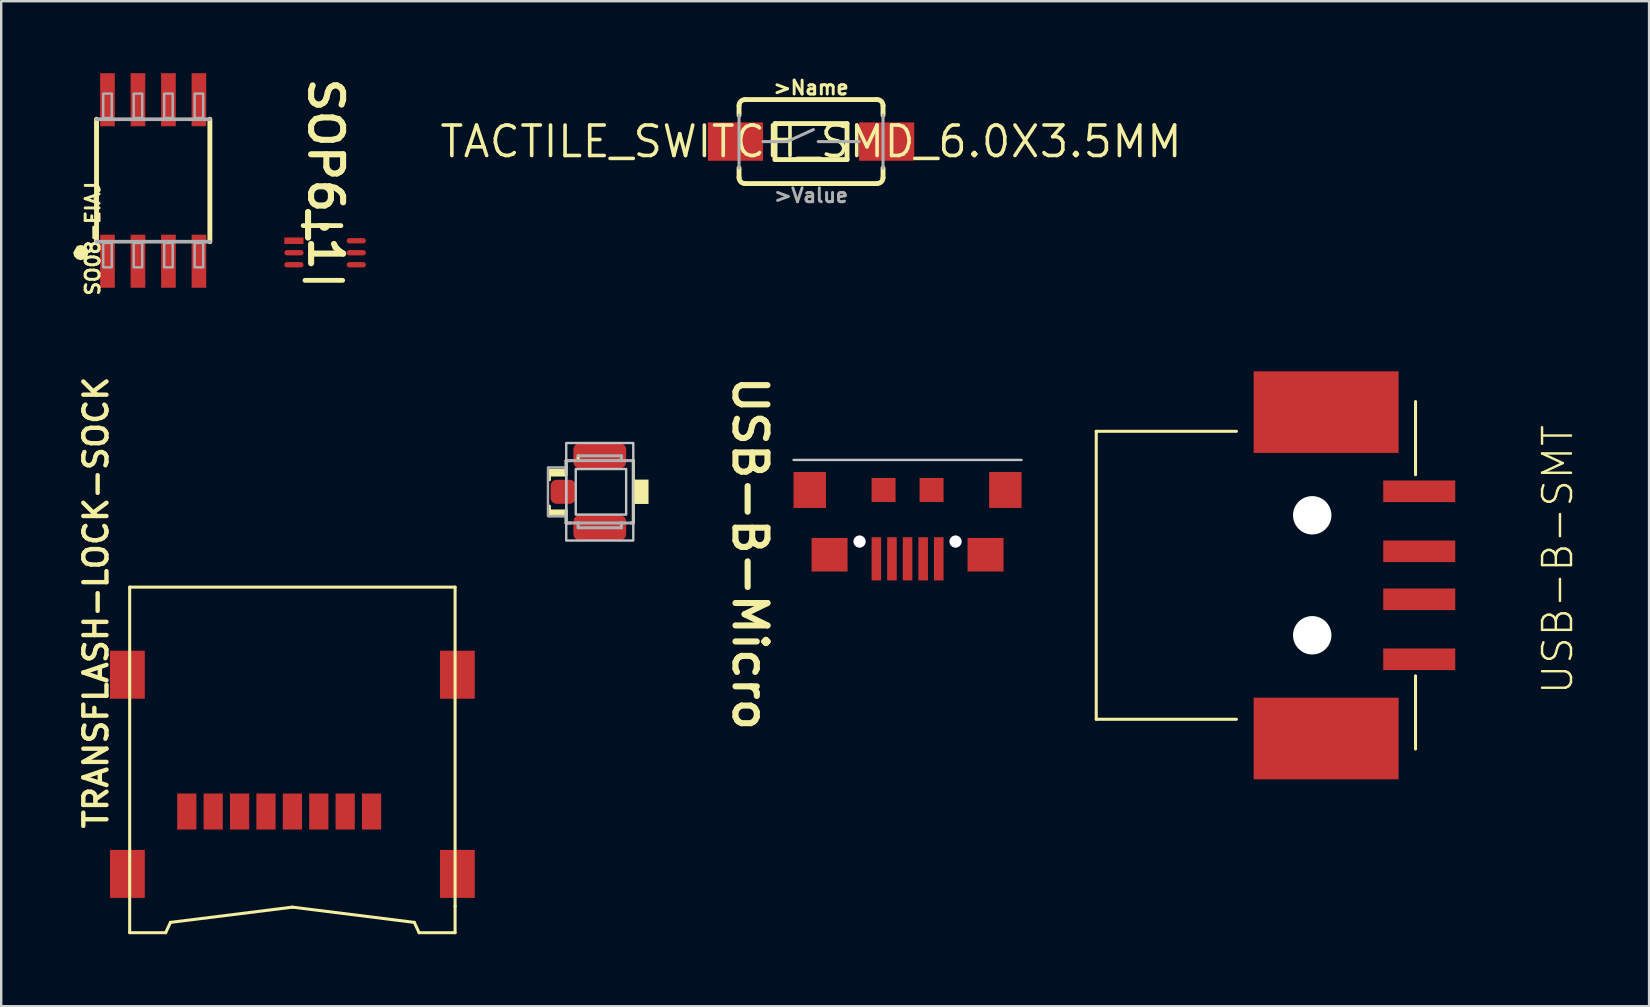
<source format=kicad_pcb>
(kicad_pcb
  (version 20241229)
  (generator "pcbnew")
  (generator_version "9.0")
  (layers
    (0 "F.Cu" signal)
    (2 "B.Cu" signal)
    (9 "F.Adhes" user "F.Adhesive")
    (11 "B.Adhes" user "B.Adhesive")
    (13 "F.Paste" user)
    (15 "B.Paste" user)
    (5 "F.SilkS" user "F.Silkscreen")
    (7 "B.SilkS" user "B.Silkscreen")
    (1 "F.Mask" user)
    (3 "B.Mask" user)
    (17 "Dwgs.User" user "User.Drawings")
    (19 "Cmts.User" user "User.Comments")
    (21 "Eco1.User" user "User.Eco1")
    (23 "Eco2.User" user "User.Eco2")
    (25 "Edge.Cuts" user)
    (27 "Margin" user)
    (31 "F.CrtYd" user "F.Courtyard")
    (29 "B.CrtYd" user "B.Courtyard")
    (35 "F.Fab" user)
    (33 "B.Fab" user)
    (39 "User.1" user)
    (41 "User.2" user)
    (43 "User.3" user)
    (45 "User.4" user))
  (footprint "SOP6_1"
    (layer "F.Cu")
    (at 9.197 6.982)
    (property "Reference" "SOP6_1" (at 1.321 -2.769 270) (unlocked yes) (layer "F.SilkS") (effects (font (size 1.333 1.402) (thickness 0.254))))
    (attr smd)
    (fp_line (start 0.388 -0.631) (end 1.298 -0.631) (stroke (width 0.2) (type solid)) (layer "F.SilkS"))
    (fp_line (start 0.462 1.651) (end 2.032 1.651) (stroke (width 0.2) (type solid)) (layer "F.SilkS"))
    (fp_line (start 1.048 -0.631) (end 1.958 -0.631) (stroke (width 0.2) (type solid)) (layer "F.SilkS"))
    (fp_arc (start 1.397 -0.635) (mid 1.272 -0.51) (end 1.147 -0.635) (stroke (width 0.2) (type solid)) (layer "F.SilkS"))
    (pad "1" smd rect (at 0 0) (size 0.8 0.27) (layers "F.Cu" "F.Mask" "F.Paste"))
    (pad "2" smd oval (at 0 0.5) (size 0.8 0.22) (layers "F.Cu" "F.Mask" "F.Paste"))
    (pad "3" smd oval (at 0 1) (size 0.8 0.22) (layers "F.Cu" "F.Mask" "F.Paste"))
    (pad "4" smd oval (at 2.6 1) (size 0.8 0.22) (layers "F.Cu" "F.Mask" "F.Paste"))
    (pad "5" smd oval (at 2.6 0.5) (size 0.8 0.22) (layers "F.Cu" "F.Mask" "F.Paste"))
    (pad "6" smd oval (at 2.6 0) (size 0.8 0.22) (layers "F.Cu" "F.Mask" "F.Paste")))
  (footprint "USB-B-SMT"
    (layer "F.Cu")
    (at 51.632 20.923)
    (property "Reference" "USB-B-SMT" (at 9.525 -6.35 90) (layer "F.SilkS") (effects (font (size 1.206 1.206) (thickness 0.102)) (justify right top)))
    (attr through_hole)
    (fp_line (start -9 -6) (end -9 6) (stroke (width 0.127) (type solid)) (layer "F.SilkS"))
    (fp_line (start -9 6) (end -3.159 6) (stroke (width 0.127) (type solid)) (layer "F.SilkS"))
    (fp_line (start -3.159 -6) (end -9 -6) (stroke (width 0.127) (type solid)) (layer "F.SilkS"))
    (fp_line (start 4.305 -7.239) (end 4.305 -4.191) (stroke (width 0.127) (type solid)) (layer "F.SilkS"))
    (fp_line (start 4.305 7.239) (end 4.305 4.191) (stroke (width 0.127) (type solid)) (layer "F.SilkS"))
    (pad "" np_thru_hole circle (at 0 -2.5) (size 1.6 1.6) (drill 1.6) (layers "*.Cu" "*.Mask"))
    (pad "" np_thru_hole circle (at 0 2.5) (size 1.6 1.6) (drill 1.6) (layers "*.Cu" "*.Mask"))
    (pad "5" smd rect (at 0.58 -6.8) (size 6.04 3.4) (layers "F.Cu" "F.Mask" "F.Paste"))
    (pad "6" smd rect (at 0.58 6.8) (size 6.04 3.4) (layers "F.Cu" "F.Mask" "F.Paste"))
    (pad "D+" smd rect (at 4.46 1) (size 3 0.9) (layers "F.Cu" "F.Mask" "F.Paste"))
    (pad "D-" smd rect (at 4.46 -1) (size 3 0.9) (layers "F.Cu" "F.Mask" "F.Paste"))
    (pad "GND" smd rect (at 4.46 3.5) (size 3 0.9) (layers "F.Cu" "F.Mask" "F.Paste"))
    (pad "VBUS" smd rect (at 4.46 -3.5) (size 3 0.9) (layers "F.Cu" "F.Mask" "F.Paste")))
  (footprint "USB-B-Micro"
    (layer "F.Cu")
    (at 34.769 17.367)
    (property "Reference" "USB-B-Micro" (at -6.568 2.642 270) (unlocked yes) (layer "F.SilkS") (effects (font (size 1.333 1.402) (thickness 0.254))))
    (attr smd)
    (fp_line (start 4.75 -1.25) (end -4.75 -1.25) (stroke (width 0.1) (type solid)) (layer "Dwgs.User"))
    (pad "1" smd rect (at 1.3 2.87) (size 0.4 1.8) (layers "F.Cu" "F.Mask" "F.Paste"))
    (pad "2" smd rect (at 0.65 2.87) (size 0.4 1.8) (layers "F.Cu" "F.Mask" "F.Paste"))
    (pad "3" smd rect (at 0 2.87) (size 0.4 1.8) (layers "F.Cu" "F.Mask" "F.Paste"))
    (pad "4" smd rect (at -0.65 2.87) (size 0.4 1.8) (layers "F.Cu" "F.Mask" "F.Paste"))
    (pad "5" smd rect (at -4.075 0) (size 1.35 1.5) (layers "F.Cu" "F.Mask" "F.Paste"))
    (pad "5" smd rect (at -3.25 2.7) (size 1.5 1.4) (layers "F.Cu" "F.Mask" "F.Paste"))
    (pad "5" smd rect (at -1.3 2.87) (size 0.4 1.8) (layers "F.Cu" "F.Mask" "F.Paste"))
    (pad "5" smd rect (at -1 0) (size 1 1) (layers "F.Cu" "F.Mask" "F.Paste"))
    (pad "5" smd rect (at 1 0) (size 1 1) (layers "F.Cu" "F.Mask" "F.Paste"))
    (pad "5" smd rect (at 3.25 2.7) (size 1.5 1.4) (layers "F.Cu" "F.Mask" "F.Paste"))
    (pad "5" smd rect (at 4.075 0) (size 1.35 1.5) (layers "F.Cu" "F.Mask" "F.Paste"))
    (pad "6" thru_hole circle (at -2 2.15) (size 0.5 0.5) (drill 0.5) (layers "*.Cu" "*.Mask"))
    (pad "6" thru_hole circle (at 2 2.15) (size 0.5 0.5) (drill 0.5) (layers "*.Cu" "*.Mask")))
  (footprint "TACTILE_SWITCH_SMD_6.0X3.5MM"
    (layer "F.Cu")
    (at 30.747 2.85)
    (property "Reference" "TACTILE_SWITCH_SMD_6.0X3.5MM" (at 0 0 0) (layer "F.SilkS") (effects (font (size 1.27 1.27) (thickness 0.15))))
    (attr through_hole)
    (fp_line (start -3 -1.1) (end -3 -1.5) (stroke (width 0.203) (type solid)) (layer "F.SilkS"))
    (fp_line (start -3 1.5) (end -3 1.1) (stroke (width 0.203) (type solid)) (layer "F.SilkS"))
    (fp_line (start -2.75 -1.75) (end 2.75 -1.75) (stroke (width 0.203) (type solid)) (layer "F.SilkS"))
    (fp_line (start -1.5 -0.75) (end 1.5 -0.75) (stroke (width 0.203) (type solid)) (layer "F.SilkS"))
    (fp_line (start -1.5 0.75) (end -1.5 -0.75) (stroke (width 0.203) (type solid)) (layer "F.SilkS"))
    (fp_line (start 1.5 0.75) (end -1.5 0.75) (stroke (width 0.203) (type solid)) (layer "F.SilkS"))
    (fp_line (start 1.5 0.75) (end 1.5 -0.75) (stroke (width 0.203) (type solid)) (layer "F.SilkS"))
    (fp_line (start 2.75 1.75) (end -2.75 1.75) (stroke (width 0.203) (type solid)) (layer "F.SilkS"))
    (fp_line (start 3 -1.1) (end 3 -1.5) (stroke (width 0.203) (type solid)) (layer "F.SilkS"))
    (fp_line (start 3 1.5) (end 3 1.1) (stroke (width 0.203) (type solid)) (layer "F.SilkS"))
    (fp_arc (start -3 -1.5) (mid -2.926777 -1.676777) (end -2.75 -1.75) (stroke (width 0.2032) (type solid)) (layer "F.SilkS"))
    (fp_arc (start -2.75 1.75) (mid -2.926777 1.676777) (end -3 1.5) (stroke (width 0.2032) (type solid)) (layer "F.SilkS"))
    (fp_arc (start 2.75 -1.75) (mid 2.926777 -1.676777) (end 3 -1.5) (stroke (width 0.2032) (type solid)) (layer "F.SilkS"))
    (fp_arc (start 3 1.5) (mid 2.926777 1.676777) (end 2.75 1.75) (stroke (width 0.2032) (type solid)) (layer "F.SilkS"))
    (fp_line (start -3 -1.1) (end -3 1.1) (stroke (width 0.127) (type solid)) (layer "F.Fab"))
    (fp_line (start -2 0) (end -1 0) (stroke (width 0.127) (type solid)) (layer "F.Fab"))
    (fp_line (start -1 0) (end 0.1 -0.5) (stroke (width 0.127) (type solid)) (layer "F.Fab"))
    (fp_line (start 0.3 0) (end 2 0) (stroke (width 0.127) (type solid)) (layer "F.Fab"))
    (fp_line (start 3 -1.1) (end 3 1.1) (stroke (width 0.127) (type solid)) (layer "F.Fab"))
    (fp_text user ">Name" (at 0 -1.905 0) (layer "F.SilkS") (effects (font (size 0.579 0.579) (thickness 0.122)) (justify bottom)))
    (fp_text user ">Value" (at 0 1.905 0) (layer "F.Fab") (effects (font (size 0.579 0.579) (thickness 0.122)) (justify top)))
    (pad "1" smd rect (at -3.15 0 180) (size 2.3 1.6) (layers "F.Cu" "F.Mask" "F.Paste"))
    (pad "2" smd rect (at 3.15 0 180) (size 2.3 1.6) (layers "F.Cu" "F.Mask" "F.Paste")))
  (footprint "U-FL3P-SMD-2.6X2.6X1.0MM"
    (layer "F.Cu")
    (at 21.943 17.443)
    (property "Reference" "U-FL3P-SMD-2.6X2.6X1.0MM" (at 0.127 0.508 90) (layer "F.Mask") (effects (font (size 0.241 0.241) (thickness 0.024)) (justify left bottom)))
    (attr through_hole)
    (fp_line (start -2.1 -0.9) (end -2.1 -0.8) (stroke (width 0.127) (type solid)) (layer "F.SilkS"))
    (fp_line (start -2.1 -0.8) (end -2.1 -0.7) (stroke (width 0.127) (type solid)) (layer "F.SilkS"))
    (fp_line (start -2.1 -0.7) (end -2.1 -0.5) (stroke (width 0.127) (type solid)) (layer "F.SilkS"))
    (fp_line (start -2.1 -0.7) (end -1.4 -0.7) (stroke (width 0.127) (type solid)) (layer "F.SilkS"))
    (fp_line (start -2.1 0.6) (end -2.1 0.8) (stroke (width 0.127) (type solid)) (layer "F.SilkS"))
    (fp_line (start -2.1 0.8) (end -2.1 0.9) (stroke (width 0.127) (type solid)) (layer "F.SilkS"))
    (fp_line (start -2.1 0.9) (end -2.1 1) (stroke (width 0.127) (type solid)) (layer "F.SilkS"))
    (fp_line (start -2.1 0.9) (end -1.4 0.9) (stroke (width 0.127) (type solid)) (layer "F.SilkS"))
    (fp_line (start -2.1 1) (end -1.4 1) (stroke (width 0.127) (type solid)) (layer "F.SilkS"))
    (fp_line (start -1.4 -1.3) (end -1.4 -0.9) (stroke (width 0.127) (type solid)) (layer "F.SilkS"))
    (fp_line (start -1.4 -0.9) (end -2.1 -0.9) (stroke (width 0.127) (type solid)) (layer "F.SilkS"))
    (fp_line (start -1.4 -0.9) (end -1.4 -0.8) (stroke (width 0.127) (type solid)) (layer "F.SilkS"))
    (fp_line (start -1.4 -0.8) (end -2.1 -0.8) (stroke (width 0.127) (type solid)) (layer "F.SilkS"))
    (fp_line (start -1.4 0.8) (end -2.1 0.8) (stroke (width 0.127) (type solid)) (layer "F.SilkS"))
    (fp_line (start -1.4 0.9) (end -1.4 0.8) (stroke (width 0.127) (type solid)) (layer "F.SilkS"))
    (fp_line (start -1.4 1) (end -1.4 0.9) (stroke (width 0.127) (type solid)) (layer "F.SilkS"))
    (fp_line (start -1.4 1) (end -1.4 1.3) (stroke (width 0.127) (type solid)) (layer "F.SilkS"))
    (fp_line (start -1.4 1.3) (end -1.2 1.3) (stroke (width 0.127) (type solid)) (layer "F.SilkS"))
    (fp_line (start -1.2 -1.3) (end -1.4 -1.3) (stroke (width 0.127) (type solid)) (layer "F.SilkS"))
    (fp_line (start -0.9 -1.3) (end -0.9 -1.5) (stroke (width 0.127) (type solid)) (layer "F.SilkS"))
    (fp_line (start 1.397 -1.3) (end 1.397 1.3) (stroke (width 0.127) (type solid)) (layer "F.SilkS"))
    (fp_line (start 1.4 -1.3) (end 1.3 -1.3) (stroke (width 0.127) (type solid)) (layer "F.SilkS"))
    (fp_line (start 1.4 1.3) (end 1.3 1.3) (stroke (width 0.127) (type solid)) (layer "F.SilkS"))
    (fp_poly (pts (xy 1.397 0.508) (xy 2.032 0.508) (xy 2.032 -0.508) (xy 1.397 -0.508)) (stroke (width 0) (type solid)) (fill yes) (layer "F.SilkS"))
    (fp_poly (pts (xy -1.397 2.032) (xy 1.397 2.032) (xy 1.397 -2.032) (xy -1.397 -2.032)) (stroke (width 0.1) (type solid)) (fill no) (layer "Dwgs.User"))
    (fp_poly (pts (xy -1 0.95) (xy 1.1 0.95) (xy 1.1 -0.95) (xy -1 -0.95)) (stroke (width 0.1) (type solid)) (fill no) (layer "Dwgs.User"))
    (fp_line (start -1.397 -1.3) (end -1.397 -0.762) (stroke (width 0.127) (type solid)) (layer "F.Fab"))
    (fp_line (start -1.397 -1.3) (end -0.9 -1.3) (stroke (width 0.127) (type solid)) (layer "F.Fab"))
    (fp_line (start -1.397 1.3) (end -1.397 0.762) (stroke (width 0.127) (type solid)) (layer "F.Fab"))
    (fp_line (start -0.9 -1.5) (end 0.9 -1.5) (stroke (width 0.127) (type solid)) (layer "F.Fab"))
    (fp_line (start -0.9 -1.3) (end 0.9 -1.3) (stroke (width 0.127) (type solid)) (layer "F.Fab"))
    (fp_line (start -0.9 1.3) (end -1.397 1.3) (stroke (width 0.127) (type solid)) (layer "F.Fab"))
    (fp_line (start -0.9 1.5) (end -0.9 1.3) (stroke (width 0.127) (type solid)) (layer "F.Fab"))
    (fp_line (start 0.9 -1.5) (end 0.9 -1.3) (stroke (width 0.127) (type solid)) (layer "F.Fab"))
    (fp_line (start 0.9 -1.3) (end 1.397 -1.3) (stroke (width 0.127) (type solid)) (layer "F.Fab"))
    (fp_line (start 0.9 1.3) (end -0.9 1.3) (stroke (width 0.127) (type solid)) (layer "F.Fab"))
    (fp_line (start 0.9 1.3) (end 0.9 1.5) (stroke (width 0.127) (type solid)) (layer "F.Fab"))
    (fp_line (start 0.9 1.5) (end -0.9 1.5) (stroke (width 0.127) (type solid)) (layer "F.Fab"))
    (fp_line (start 1.397 1.3) (end 0.9 1.3) (stroke (width 0.127) (type solid)) (layer "F.Fab"))
    (fp_poly (pts (xy -2.159 1.016) (xy -1.397 1.016) (xy -1.397 -1.016) (xy -2.159 -1.016)) (stroke (width 0.1) (type solid)) (fill no) (layer "F.Fab"))
    (pad "D" smd roundrect (at -1.524 0 180) (size 1.05 1) (layers "F.Cu" "F.Mask" "F.Paste") (roundrect_rratio 0.25))
    (pad "GND1" smd roundrect (at 0 -1.5) (size 2.2 1.05) (layers "F.Cu" "F.Mask" "F.Paste") (roundrect_rratio 0.25))
    (pad "GND2" smd roundrect (at 0 1.5) (size 2.2 1.05) (layers "F.Cu" "F.Mask" "F.Paste") (roundrect_rratio 0.25)))
  (footprint "TRANSFLASH-LOCK-SOCK"
    (layer "F.Cu")
    (at 9.134 30.307)
    (property "Reference" "TRANSFLASH-LOCK-SOCK" (at -7.62 1.27 90) (layer "F.SilkS") (effects (font (size 0.965 0.965) (thickness 0.183)) (justify left bottom)))
    (attr through_hole)
    (fp_line (start -6.78 -8.89) (end 6.78 -8.89) (stroke (width 0.127) (type solid)) (layer "F.SilkS"))
    (fp_line (start -6.78 5.51) (end -6.78 -8.89) (stroke (width 0.127) (type solid)) (layer "F.SilkS"))
    (fp_line (start -6.78 5.51) (end -5.28 5.51) (stroke (width 0.127) (type solid)) (layer "F.SilkS"))
    (fp_line (start -5.08 5.08) (end -5.28 5.51) (stroke (width 0.127) (type solid)) (layer "F.SilkS"))
    (fp_line (start -5.08 5.08) (end 0 4.445) (stroke (width 0.127) (type solid)) (layer "F.SilkS"))
    (fp_line (start 5.08 5.08) (end 0 4.445) (stroke (width 0.127) (type solid)) (layer "F.SilkS"))
    (fp_line (start 5.08 5.08) (end 5.28 5.51) (stroke (width 0.127) (type solid)) (layer "F.SilkS"))
    (fp_line (start 6.78 -8.89) (end 6.78 4.41) (stroke (width 0.127) (type solid)) (layer "F.SilkS"))
    (fp_line (start 6.78 4.41) (end 6.78 5.51) (stroke (width 0.127) (type solid)) (layer "F.SilkS"))
    (fp_line (start 6.78 5.51) (end 5.28 5.51) (stroke (width 0.127) (type solid)) (layer "F.SilkS"))
    (pad "1" smd rect (at 3.3 0.46) (size 0.8 1.5) (layers "F.Cu" "F.Mask" "F.Paste"))
    (pad "2" smd rect (at 2.2 0.46) (size 0.8 1.5) (layers "F.Cu" "F.Mask" "F.Paste"))
    (pad "3" smd rect (at 1.1 0.46) (size 0.8 1.5) (layers "F.Cu" "F.Mask" "F.Paste"))
    (pad "4" smd rect (at 0 0.46) (size 0.8 1.5) (layers "F.Cu" "F.Mask" "F.Paste"))
    (pad "5" smd rect (at -1.1 0.46) (size 0.8 1.5) (layers "F.Cu" "F.Mask" "F.Paste"))
    (pad "6" smd rect (at -2.2 0.46) (size 0.8 1.5) (layers "F.Cu" "F.Mask" "F.Paste"))
    (pad "7" smd rect (at -3.3 0.46) (size 0.8 1.5) (layers "F.Cu" "F.Mask" "F.Paste"))
    (pad "8" smd rect (at -4.4 0.46) (size 0.8 1.5) (layers "F.Cu" "F.Mask" "F.Paste"))
    (pad "S1" smd rect (at -6.875 3.06) (size 1.45 2) (layers "F.Cu" "F.Mask" "F.Paste"))
    (pad "S2" smd rect (at -6.875 -5.24) (size 1.45 2) (layers "F.Cu" "F.Mask" "F.Paste"))
    (pad "S3" smd rect (at 6.875 -5.24) (size 1.45 2) (layers "F.Cu" "F.Mask" "F.Paste"))
    (pad "S4" smd rect (at 6.875 3.06) (size 1.45 2) (layers "F.Cu" "F.Mask" "F.Paste")))
  (footprint "SO08-EIAJ"
    (layer "F.Cu")
    (at 3.334 4.458)
    (property "Reference" "SO08-EIAJ" (at -2.857 0 90) (layer "F.SilkS") (effects (font (size 0.579 0.579) (thickness 0.122)) (justify right top)))
    (attr through_hole)
    (fp_line (start -2.362 -2.54) (end -2.362 2.565) (stroke (width 0.203) (type solid)) (layer "F.SilkS"))
    (fp_line (start 2.362 2.565) (end 2.362 -2.54) (stroke (width 0.203) (type solid)) (layer "F.SilkS"))
    (fp_poly (pts (xy -2.699 3.016) (xy -2.741 2.857) (xy -2.857 2.741) (xy -3.016 2.699) (xy -3.175 2.741) (xy -3.334 3.016) (xy -3.291 3.175) (xy -3.175 3.291) (xy -3.016 3.334) (xy -2.857 3.291) (xy -2.741 3.175)) (stroke (width 0) (type solid)) (fill yes) (layer "F.SilkS"))
    (fp_line (start -2.362 2.565) (end 2.362 2.565) (stroke (width 0.152) (type solid)) (layer "F.Fab"))
    (fp_line (start 2.362 -2.54) (end -2.362 -2.54) (stroke (width 0.152) (type solid)) (layer "F.Fab"))
    (fp_poly (pts (xy -2.083 -2.591) (xy -1.727 -2.591) (xy -1.727 -3.607) (xy -2.083 -3.607)) (stroke (width 0.1) (type solid)) (fill no) (layer "F.Fab"))
    (fp_poly (pts (xy -2.083 3.632) (xy -1.727 3.632) (xy -1.727 2.616) (xy -2.083 2.616)) (stroke (width 0.1) (type solid)) (fill no) (layer "F.Fab"))
    (fp_poly (pts (xy -0.813 -2.591) (xy -0.457 -2.591) (xy -0.457 -3.607) (xy -0.813 -3.607)) (stroke (width 0.1) (type solid)) (fill no) (layer "F.Fab"))
    (fp_poly (pts (xy -0.813 3.632) (xy -0.457 3.632) (xy -0.457 2.616) (xy -0.813 2.616)) (stroke (width 0.1) (type solid)) (fill no) (layer "F.Fab"))
    (fp_poly (pts (xy 0.457 -2.591) (xy 0.813 -2.591) (xy 0.813 -3.607) (xy 0.457 -3.607)) (stroke (width 0.1) (type solid)) (fill no) (layer "F.Fab"))
    (fp_poly (pts (xy 0.457 3.632) (xy 0.813 3.632) (xy 0.813 2.616) (xy 0.457 2.616)) (stroke (width 0.1) (type solid)) (fill no) (layer "F.Fab"))
    (fp_poly (pts (xy 1.727 -2.591) (xy 2.083 -2.591) (xy 2.083 -3.607) (xy 1.727 -3.607)) (stroke (width 0.1) (type solid)) (fill no) (layer "F.Fab"))
    (fp_poly (pts (xy 1.727 3.632) (xy 2.083 3.632) (xy 2.083 2.616) (xy 1.727 2.616)) (stroke (width 0.1) (type solid)) (fill no) (layer "F.Fab"))
    (pad "1" smd rect (at -1.905 3.378) (size 0.61 2.21) (layers "F.Cu" "F.Mask" "F.Paste"))
    (pad "2" smd rect (at -0.635 3.378) (size 0.61 2.21) (layers "F.Cu" "F.Mask" "F.Paste"))
    (pad "3" smd rect (at 0.635 3.378) (size 0.61 2.21) (layers "F.Cu" "F.Mask" "F.Paste"))
    (pad "4" smd rect (at 1.905 3.378) (size 0.61 2.21) (layers "F.Cu" "F.Mask" "F.Paste"))
    (pad "5" smd rect (at 1.905 -3.353) (size 0.61 2.21) (layers "F.Cu" "F.Mask" "F.Paste"))
    (pad "6" smd rect (at 0.635 -3.353) (size 0.61 2.21) (layers "F.Cu" "F.Mask" "F.Paste"))
    (pad "7" smd rect (at -0.635 -3.353) (size 0.61 2.21) (layers "F.Cu" "F.Mask" "F.Paste"))
    (pad "8" smd rect (at -1.905 -3.353) (size 0.61 2.21) (layers "F.Cu" "F.Mask" "F.Paste")))
  (gr_rect
    (start -3 -3)
    (end 65.669 38.881)
    (stroke (width 0.1) (type default))
    (fill no)
    (layer "Edge.Cuts")))
</source>
